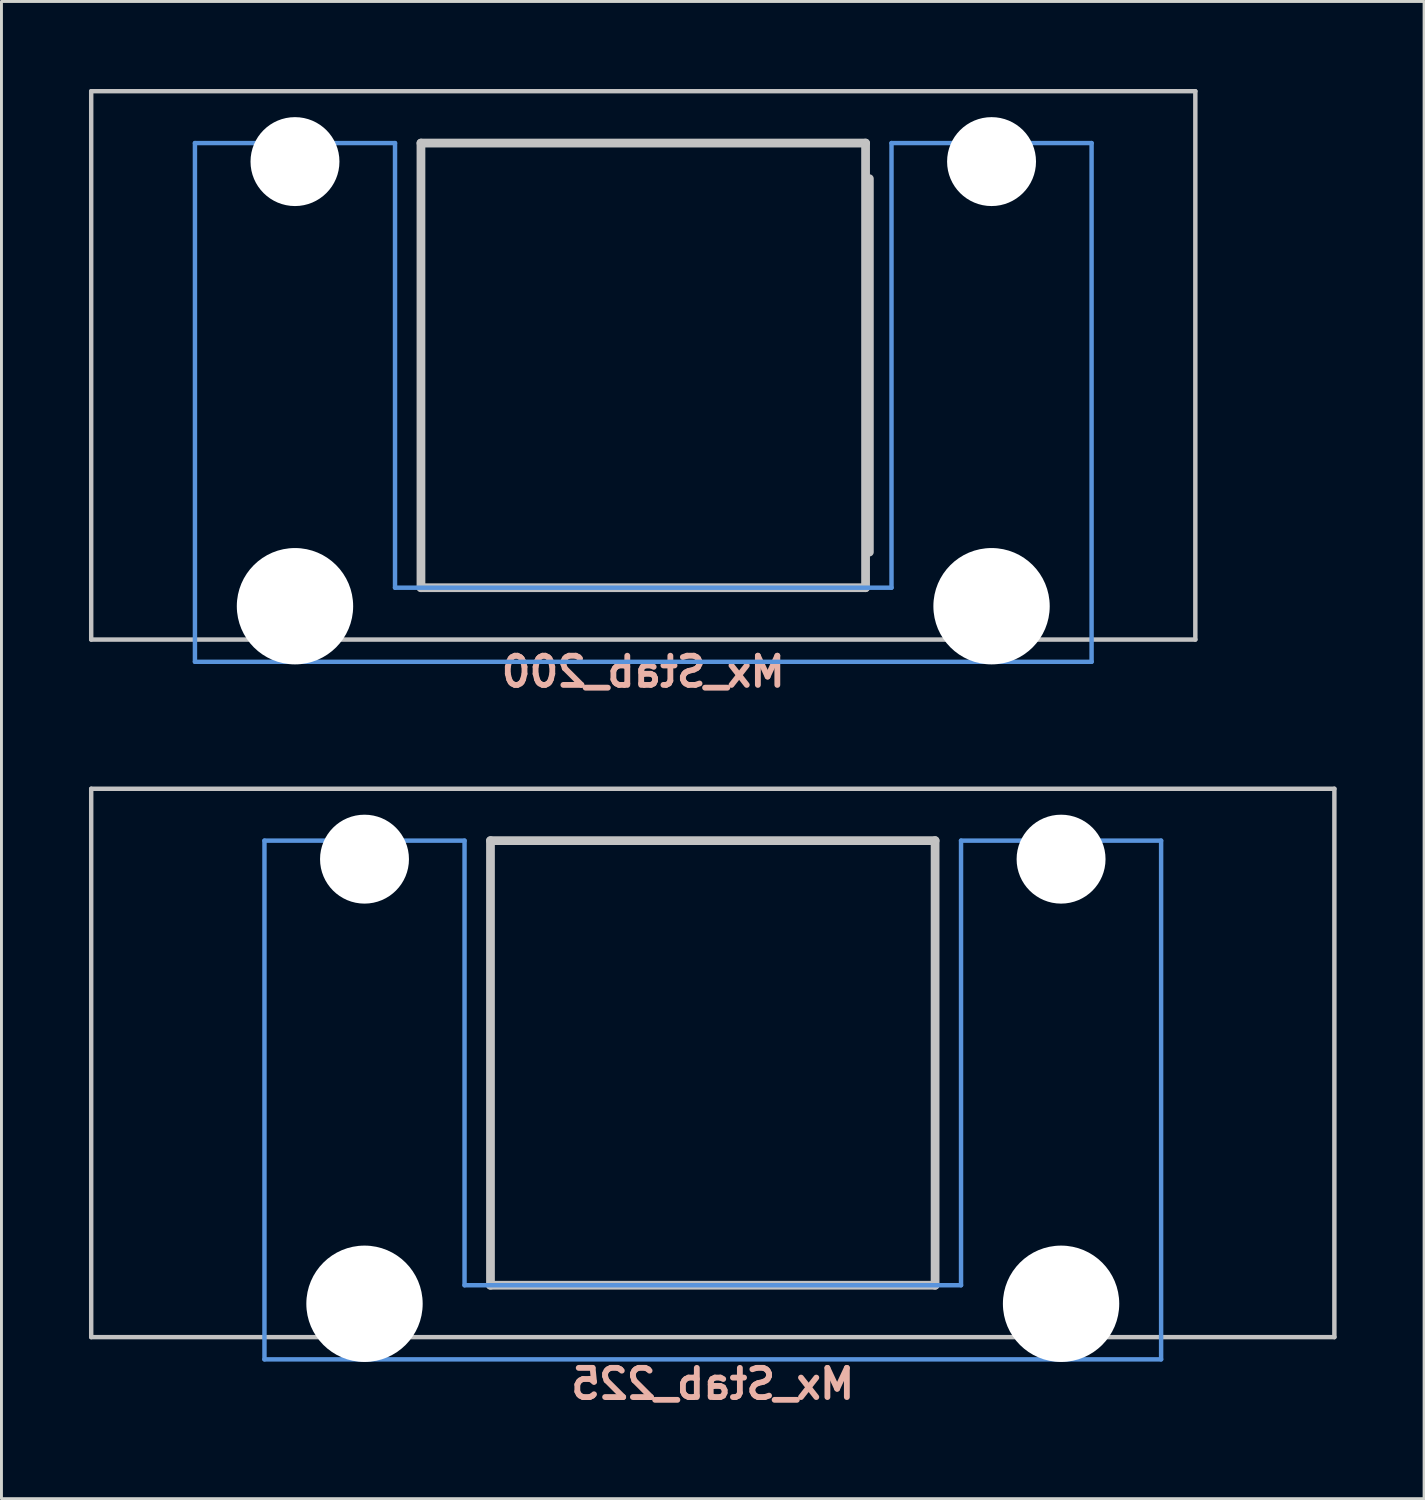
<source format=kicad_pcb>
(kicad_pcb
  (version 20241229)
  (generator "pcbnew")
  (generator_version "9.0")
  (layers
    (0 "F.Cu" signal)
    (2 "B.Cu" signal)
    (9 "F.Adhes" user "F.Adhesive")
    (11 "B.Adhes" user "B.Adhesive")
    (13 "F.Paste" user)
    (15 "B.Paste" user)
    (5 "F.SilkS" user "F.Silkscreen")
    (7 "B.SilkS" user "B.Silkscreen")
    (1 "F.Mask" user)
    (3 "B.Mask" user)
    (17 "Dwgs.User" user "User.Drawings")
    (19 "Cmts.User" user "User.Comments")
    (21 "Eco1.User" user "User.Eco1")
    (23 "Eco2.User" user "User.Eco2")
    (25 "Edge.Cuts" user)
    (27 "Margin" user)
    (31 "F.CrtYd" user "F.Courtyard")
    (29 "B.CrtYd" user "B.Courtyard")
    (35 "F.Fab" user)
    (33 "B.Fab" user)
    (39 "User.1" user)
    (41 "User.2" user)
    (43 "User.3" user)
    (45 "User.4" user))
  (footprint "Mx_Stab_225"
    (layer "F.Cu")
    (at 21.382 33.384)
    (property "Reference" "Mx_Stab_225" (at 0 11 0) (layer "B.SilkS") (effects (font (size 1 1) (thickness 0.2)) (justify mirror)))
    (attr through_hole)
    (fp_line (start -21.306 -9.398) (end 21.306 -9.398) (stroke (width 0.152) (type solid)) (layer "Dwgs.User"))
    (fp_line (start -21.306 9.398) (end -21.306 -9.398) (stroke (width 0.152) (type solid)) (layer "Dwgs.User"))
    (fp_line (start -7.62 -7.62) (end 7.62 -7.62) (stroke (width 0.3) (type solid)) (layer "Dwgs.User"))
    (fp_line (start -7.62 7.62) (end -7.62 -7.62) (stroke (width 0.3) (type solid)) (layer "Dwgs.User"))
    (fp_line (start 7.62 -7.62) (end 7.62 7.62) (stroke (width 0.3) (type solid)) (layer "Dwgs.User"))
    (fp_line (start 7.62 7.62) (end -7.62 7.62) (stroke (width 0.3) (type solid)) (layer "Dwgs.User"))
    (fp_line (start 21.306 -9.398) (end 21.306 9.398) (stroke (width 0.152) (type solid)) (layer "Dwgs.User"))
    (fp_line (start 21.306 9.398) (end -21.306 9.398) (stroke (width 0.152) (type solid)) (layer "Dwgs.User"))
    (fp_line (start -15.367 -7.62) (end -15.367 10.16) (stroke (width 0.152) (type solid)) (layer "Cmts.User"))
    (fp_line (start -15.367 10.16) (end 15.367 10.16) (stroke (width 0.152) (type solid)) (layer "Cmts.User"))
    (fp_line (start -8.509 -7.62) (end -15.367 -7.62) (stroke (width 0.152) (type solid)) (layer "Cmts.User"))
    (fp_line (start -8.509 7.62) (end -8.509 -7.62) (stroke (width 0.152) (type solid)) (layer "Cmts.User"))
    (fp_line (start 8.509 -7.62) (end 8.509 7.62) (stroke (width 0.152) (type solid)) (layer "Cmts.User"))
    (fp_line (start 8.509 7.62) (end -8.509 7.62) (stroke (width 0.152) (type solid)) (layer "Cmts.User"))
    (fp_line (start 15.367 -7.62) (end 8.509 -7.62) (stroke (width 0.152) (type solid)) (layer "Cmts.User"))
    (fp_line (start 15.367 10.16) (end 15.367 -7.62) (stroke (width 0.152) (type solid)) (layer "Cmts.User"))
    (fp_line (start -16.129 -2.286) (end -15.265 -2.286) (stroke (width 0.152) (type solid)) (layer "Eco2.User"))
    (fp_line (start -16.129 0.508) (end -16.129 -2.286) (stroke (width 0.152) (type solid)) (layer "Eco2.User"))
    (fp_line (start -15.265 -5.69) (end -8.611 -5.69) (stroke (width 0.152) (type solid)) (layer "Eco2.User"))
    (fp_line (start -15.265 -2.286) (end -15.265 -5.69) (stroke (width 0.152) (type solid)) (layer "Eco2.User"))
    (fp_line (start -15.265 0.508) (end -16.129 0.508) (stroke (width 0.152) (type solid)) (layer "Eco2.User"))
    (fp_line (start -15.265 6.604) (end -15.265 0.508) (stroke (width 0.152) (type solid)) (layer "Eco2.User"))
    (fp_line (start -14.224 6.604) (end -15.265 6.604) (stroke (width 0.152) (type solid)) (layer "Eco2.User"))
    (fp_line (start -14.224 7.772) (end -14.224 6.604) (stroke (width 0.152) (type solid)) (layer "Eco2.User"))
    (fp_line (start -9.652 6.604) (end -9.652 7.772) (stroke (width 0.152) (type solid)) (layer "Eco2.User"))
    (fp_line (start -9.652 7.772) (end -14.224 7.772) (stroke (width 0.152) (type solid)) (layer "Eco2.User"))
    (fp_line (start -8.611 -5.69) (end -8.611 -4.877) (stroke (width 0.152) (type solid)) (layer "Eco2.User"))
    (fp_line (start -8.611 -4.877) (end -6.985 -4.877) (stroke (width 0.152) (type solid)) (layer "Eco2.User"))
    (fp_line (start -8.611 5.817) (end -8.611 6.604) (stroke (width 0.152) (type solid)) (layer "Eco2.User"))
    (fp_line (start -8.611 6.604) (end -9.652 6.604) (stroke (width 0.152) (type solid)) (layer "Eco2.User"))
    (fp_line (start -6.985 -6.985) (end 6.985 -6.985) (stroke (width 0.152) (type solid)) (layer "Eco2.User"))
    (fp_line (start -6.985 -4.877) (end -6.985 -6.985) (stroke (width 0.152) (type solid)) (layer "Eco2.User"))
    (fp_line (start -6.985 5.817) (end -8.611 5.817) (stroke (width 0.152) (type solid)) (layer "Eco2.User"))
    (fp_line (start -6.985 6.985) (end -6.985 5.817) (stroke (width 0.152) (type solid)) (layer "Eco2.User"))
    (fp_line (start 6.985 -6.985) (end 6.985 -4.877) (stroke (width 0.152) (type solid)) (layer "Eco2.User"))
    (fp_line (start 6.985 -4.877) (end 8.611 -4.877) (stroke (width 0.152) (type solid)) (layer "Eco2.User"))
    (fp_line (start 6.985 5.817) (end 6.985 6.985) (stroke (width 0.152) (type solid)) (layer "Eco2.User"))
    (fp_line (start 6.985 6.985) (end -6.985 6.985) (stroke (width 0.152) (type solid)) (layer "Eco2.User"))
    (fp_line (start 8.611 -5.69) (end 15.265 -5.69) (stroke (width 0.152) (type solid)) (layer "Eco2.User"))
    (fp_line (start 8.611 -4.877) (end 8.611 -5.69) (stroke (width 0.152) (type solid)) (layer "Eco2.User"))
    (fp_line (start 8.611 5.817) (end 6.985 5.817) (stroke (width 0.152) (type solid)) (layer "Eco2.User"))
    (fp_line (start 8.611 6.604) (end 8.611 5.817) (stroke (width 0.152) (type solid)) (layer "Eco2.User"))
    (fp_line (start 9.652 6.604) (end 8.611 6.604) (stroke (width 0.152) (type solid)) (layer "Eco2.User"))
    (fp_line (start 9.652 7.772) (end 9.652 6.604) (stroke (width 0.152) (type solid)) (layer "Eco2.User"))
    (fp_line (start 14.224 6.604) (end 14.224 7.772) (stroke (width 0.152) (type solid)) (layer "Eco2.User"))
    (fp_line (start 14.224 7.772) (end 9.652 7.772) (stroke (width 0.152) (type solid)) (layer "Eco2.User"))
    (fp_line (start 15.265 -5.69) (end 15.265 -2.286) (stroke (width 0.152) (type solid)) (layer "Eco2.User"))
    (fp_line (start 15.265 -2.286) (end 16.129 -2.286) (stroke (width 0.152) (type solid)) (layer "Eco2.User"))
    (fp_line (start 15.265 0.508) (end 15.265 6.604) (stroke (width 0.152) (type solid)) (layer "Eco2.User"))
    (fp_line (start 15.265 6.604) (end 14.224 6.604) (stroke (width 0.152) (type solid)) (layer "Eco2.User"))
    (fp_line (start 16.129 -2.286) (end 16.129 0.508) (stroke (width 0.152) (type solid)) (layer "Eco2.User"))
    (fp_line (start 16.129 0.508) (end 15.265 0.508) (stroke (width 0.152) (type solid)) (layer "Eco2.User"))
    (pad "" np_thru_hole circle (at -11.938 -6.985) (size 3.048 3.048) (drill 3.048) (layers "*.Cu" "*.Mask"))
    (pad "" np_thru_hole circle (at -11.938 8.255) (size 3.988 3.988) (drill 3.988) (layers "*.Cu" "*.Mask"))
    (pad "" np_thru_hole circle (at 11.938 -6.985) (size 3.048 3.048) (drill 3.048) (layers "*.Cu" "*.Mask"))
    (pad "" np_thru_hole circle (at 11.938 8.255) (size 3.988 3.988) (drill 3.988) (layers "*.Cu" "*.Mask")))
  (footprint "Mx_Stab_200"
    (layer "F.Cu")
    (at 18.999 9.474)
    (property "Reference" "Mx_Stab_200" (at 0 10.5 0) (layer "B.SilkS") (effects (font (size 1 1) (thickness 0.2)) (justify mirror)))
    (attr through_hole)
    (fp_line (start -18.923 -9.398) (end 18.923 -9.398) (stroke (width 0.152) (type solid)) (layer "Dwgs.User"))
    (fp_line (start -18.923 9.398) (end -18.923 -9.398) (stroke (width 0.152) (type solid)) (layer "Dwgs.User"))
    (fp_line (start -7.62 -7.62) (end 7.62 -7.62) (stroke (width 0.3) (type solid)) (layer "Dwgs.User"))
    (fp_line (start -7.62 7.62) (end -7.62 -7.62) (stroke (width 0.3) (type solid)) (layer "Dwgs.User"))
    (fp_line (start 7.62 -7.62) (end 7.62 7.62) (stroke (width 0.3) (type solid)) (layer "Dwgs.User"))
    (fp_line (start 7.62 7.62) (end -7.62 7.62) (stroke (width 0.3) (type solid)) (layer "Dwgs.User"))
    (fp_line (start 7.75 6.4) (end 7.75 -6.4) (stroke (width 0.3) (type solid)) (layer "Dwgs.User"))
    (fp_line (start 18.923 -9.398) (end 18.923 9.398) (stroke (width 0.152) (type solid)) (layer "Dwgs.User"))
    (fp_line (start 18.923 9.398) (end -18.923 9.398) (stroke (width 0.152) (type solid)) (layer "Dwgs.User"))
    (fp_line (start -15.367 -7.62) (end -15.367 10.16) (stroke (width 0.152) (type solid)) (layer "Cmts.User"))
    (fp_line (start -15.367 10.16) (end 15.367 10.16) (stroke (width 0.152) (type solid)) (layer "Cmts.User"))
    (fp_line (start -8.509 -7.62) (end -15.367 -7.62) (stroke (width 0.152) (type solid)) (layer "Cmts.User"))
    (fp_line (start -8.509 7.62) (end -8.509 -7.62) (stroke (width 0.152) (type solid)) (layer "Cmts.User"))
    (fp_line (start 8.509 -7.62) (end 8.509 7.62) (stroke (width 0.152) (type solid)) (layer "Cmts.User"))
    (fp_line (start 8.509 7.62) (end -8.509 7.62) (stroke (width 0.152) (type solid)) (layer "Cmts.User"))
    (fp_line (start 15.367 -7.62) (end 8.509 -7.62) (stroke (width 0.152) (type solid)) (layer "Cmts.User"))
    (fp_line (start 15.367 10.16) (end 15.367 -7.62) (stroke (width 0.152) (type solid)) (layer "Cmts.User"))
    (fp_line (start -16.129 -2.286) (end -15.265 -2.286) (stroke (width 0.152) (type solid)) (layer "Eco2.User"))
    (fp_line (start -16.129 0.508) (end -16.129 -2.286) (stroke (width 0.152) (type solid)) (layer "Eco2.User"))
    (fp_line (start -15.265 -5.69) (end -8.611 -5.69) (stroke (width 0.152) (type solid)) (layer "Eco2.User"))
    (fp_line (start -15.265 -2.286) (end -15.265 -5.69) (stroke (width 0.152) (type solid)) (layer "Eco2.User"))
    (fp_line (start -15.265 0.508) (end -16.129 0.508) (stroke (width 0.152) (type solid)) (layer "Eco2.User"))
    (fp_line (start -15.265 6.604) (end -15.265 0.508) (stroke (width 0.152) (type solid)) (layer "Eco2.User"))
    (fp_line (start -14.224 6.604) (end -15.265 6.604) (stroke (width 0.152) (type solid)) (layer "Eco2.User"))
    (fp_line (start -14.224 7.772) (end -14.224 6.604) (stroke (width 0.152) (type solid)) (layer "Eco2.User"))
    (fp_line (start -9.652 6.604) (end -9.652 7.772) (stroke (width 0.152) (type solid)) (layer "Eco2.User"))
    (fp_line (start -9.652 7.772) (end -14.224 7.772) (stroke (width 0.152) (type solid)) (layer "Eco2.User"))
    (fp_line (start -8.611 -5.69) (end -8.611 -4.877) (stroke (width 0.152) (type solid)) (layer "Eco2.User"))
    (fp_line (start -8.611 -4.877) (end -6.985 -4.877) (stroke (width 0.152) (type solid)) (layer "Eco2.User"))
    (fp_line (start -8.611 5.817) (end -8.611 6.604) (stroke (width 0.152) (type solid)) (layer "Eco2.User"))
    (fp_line (start -8.611 6.604) (end -9.652 6.604) (stroke (width 0.152) (type solid)) (layer "Eco2.User"))
    (fp_line (start -6.985 -6.985) (end 6.985 -6.985) (stroke (width 0.152) (type solid)) (layer "Eco2.User"))
    (fp_line (start -6.985 -4.877) (end -6.985 -6.985) (stroke (width 0.152) (type solid)) (layer "Eco2.User"))
    (fp_line (start -6.985 5.817) (end -8.611 5.817) (stroke (width 0.152) (type solid)) (layer "Eco2.User"))
    (fp_line (start -6.985 6.985) (end -6.985 5.817) (stroke (width 0.152) (type solid)) (layer "Eco2.User"))
    (fp_line (start 6.985 -6.985) (end 6.985 -4.877) (stroke (width 0.152) (type solid)) (layer "Eco2.User"))
    (fp_line (start 6.985 -4.877) (end 8.611 -4.877) (stroke (width 0.152) (type solid)) (layer "Eco2.User"))
    (fp_line (start 6.985 5.817) (end 6.985 6.985) (stroke (width 0.152) (type solid)) (layer "Eco2.User"))
    (fp_line (start 6.985 6.985) (end -6.985 6.985) (stroke (width 0.152) (type solid)) (layer "Eco2.User"))
    (fp_line (start 8.611 -5.69) (end 15.265 -5.69) (stroke (width 0.152) (type solid)) (layer "Eco2.User"))
    (fp_line (start 8.611 -4.877) (end 8.611 -5.69) (stroke (width 0.152) (type solid)) (layer "Eco2.User"))
    (fp_line (start 8.611 5.817) (end 6.985 5.817) (stroke (width 0.152) (type solid)) (layer "Eco2.User"))
    (fp_line (start 8.611 6.604) (end 8.611 5.817) (stroke (width 0.152) (type solid)) (layer "Eco2.User"))
    (fp_line (start 9.652 6.604) (end 8.611 6.604) (stroke (width 0.152) (type solid)) (layer "Eco2.User"))
    (fp_line (start 9.652 7.772) (end 9.652 6.604) (stroke (width 0.152) (type solid)) (layer "Eco2.User"))
    (fp_line (start 14.224 6.604) (end 14.224 7.772) (stroke (width 0.152) (type solid)) (layer "Eco2.User"))
    (fp_line (start 14.224 7.772) (end 9.652 7.772) (stroke (width 0.152) (type solid)) (layer "Eco2.User"))
    (fp_line (start 15.265 -5.69) (end 15.265 -2.286) (stroke (width 0.152) (type solid)) (layer "Eco2.User"))
    (fp_line (start 15.265 -2.286) (end 16.129 -2.286) (stroke (width 0.152) (type solid)) (layer "Eco2.User"))
    (fp_line (start 15.265 0.508) (end 15.265 6.604) (stroke (width 0.152) (type solid)) (layer "Eco2.User"))
    (fp_line (start 15.265 6.604) (end 14.224 6.604) (stroke (width 0.152) (type solid)) (layer "Eco2.User"))
    (fp_line (start 16.129 -2.286) (end 16.129 0.508) (stroke (width 0.152) (type solid)) (layer "Eco2.User"))
    (fp_line (start 16.129 0.508) (end 15.265 0.508) (stroke (width 0.152) (type solid)) (layer "Eco2.User"))
    (pad "" np_thru_hole circle (at -11.938 -6.985) (size 3.048 3.048) (drill 3.048) (layers "*.Cu" "*.Mask"))
    (pad "" np_thru_hole circle (at -11.938 8.255) (size 3.988 3.988) (drill 3.988) (layers "*.Cu" "*.Mask"))
    (pad "" np_thru_hole circle (at 11.938 -6.985) (size 3.048 3.048) (drill 3.048) (layers "*.Cu" "*.Mask"))
    (pad "" np_thru_hole circle (at 11.938 8.255) (size 3.988 3.988) (drill 3.988) (layers "*.Cu" "*.Mask")))
  (gr_rect
    (start -3 -3)
    (end 45.763 48.32)
    (stroke (width 0.1) (type default))
    (fill no)
    (layer "Edge.Cuts")))
</source>
